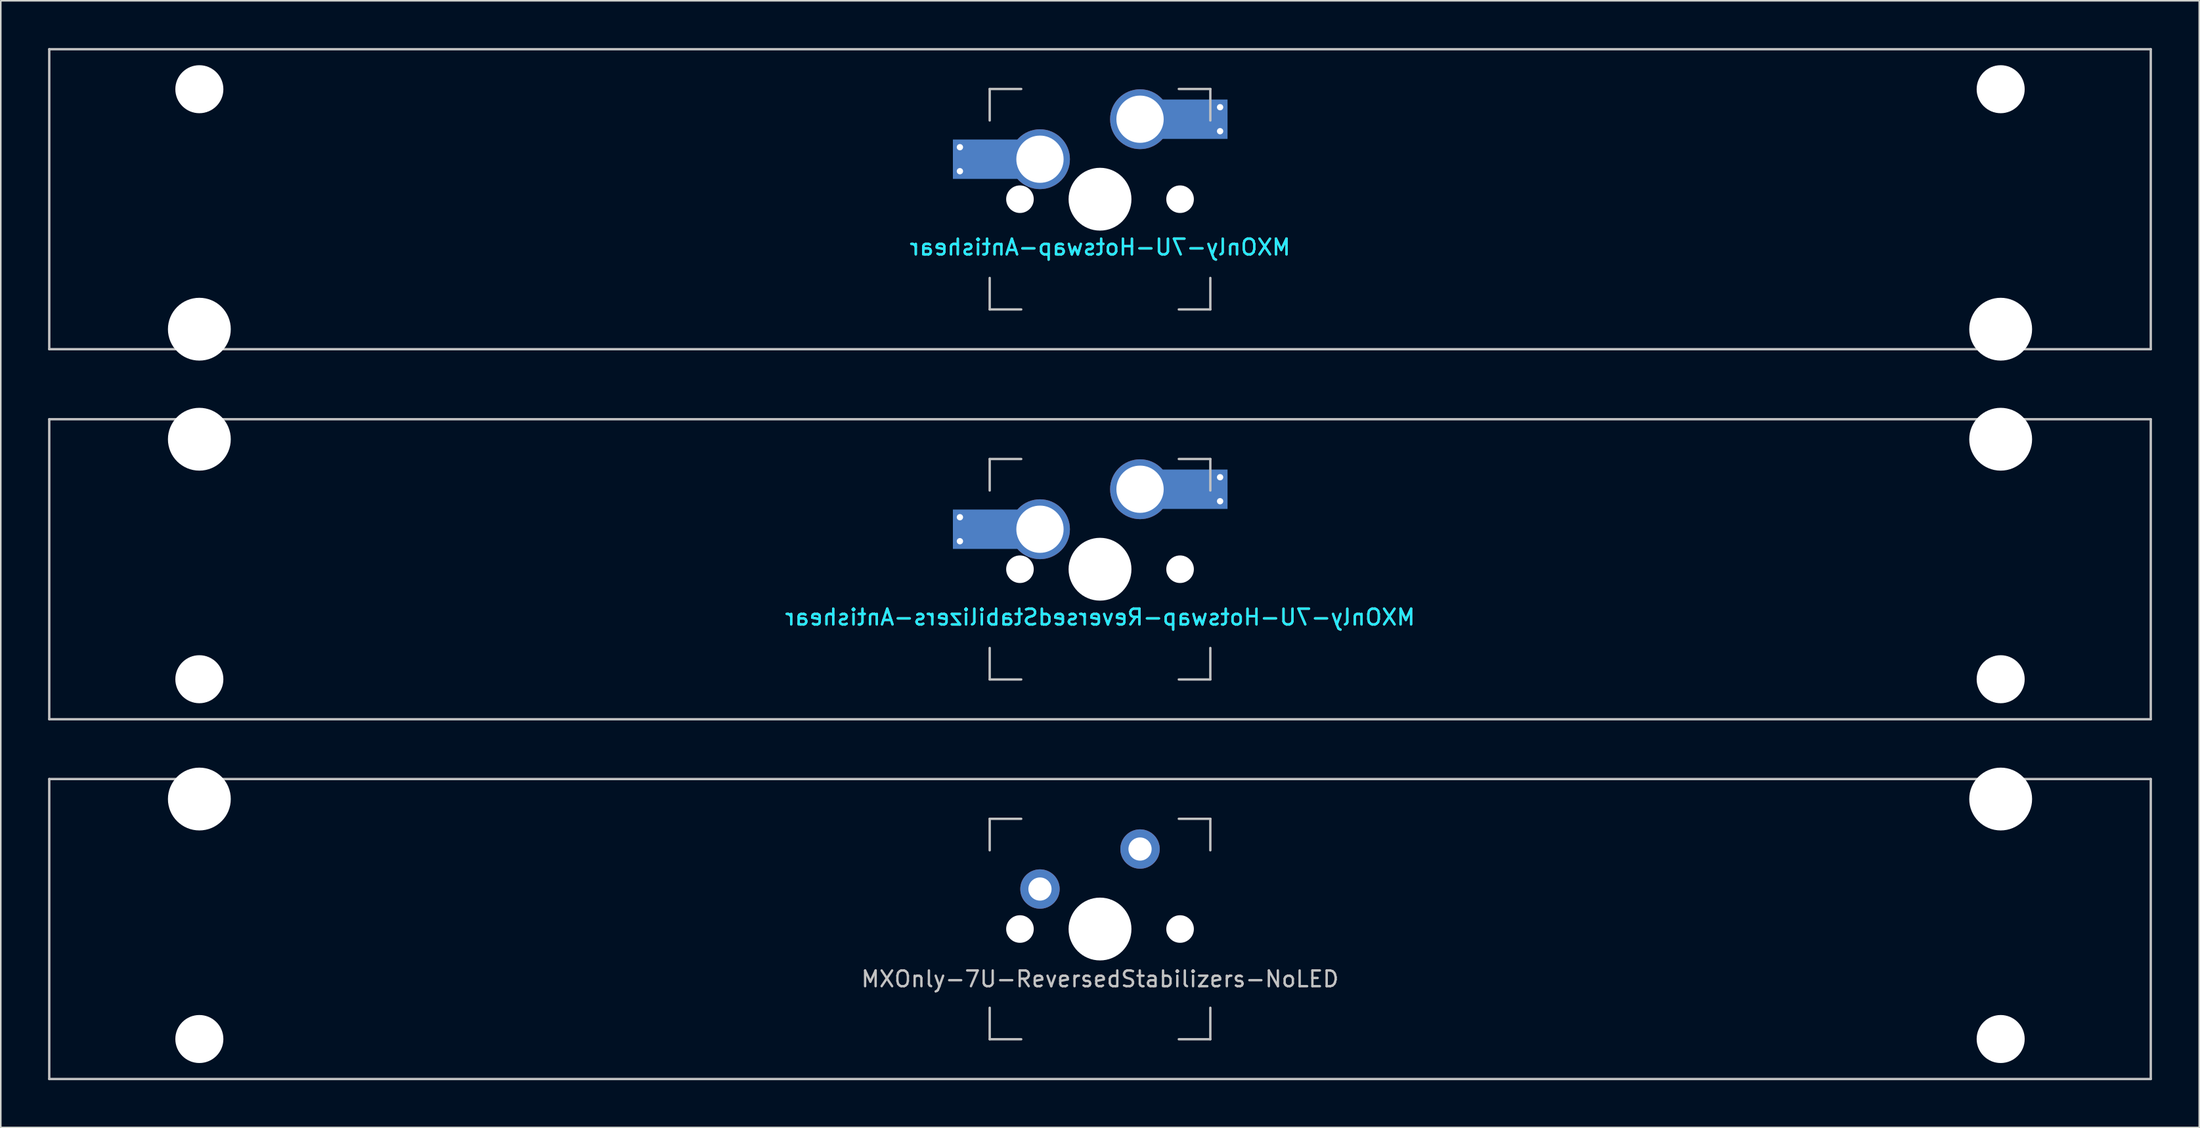
<source format=kicad_pcb>
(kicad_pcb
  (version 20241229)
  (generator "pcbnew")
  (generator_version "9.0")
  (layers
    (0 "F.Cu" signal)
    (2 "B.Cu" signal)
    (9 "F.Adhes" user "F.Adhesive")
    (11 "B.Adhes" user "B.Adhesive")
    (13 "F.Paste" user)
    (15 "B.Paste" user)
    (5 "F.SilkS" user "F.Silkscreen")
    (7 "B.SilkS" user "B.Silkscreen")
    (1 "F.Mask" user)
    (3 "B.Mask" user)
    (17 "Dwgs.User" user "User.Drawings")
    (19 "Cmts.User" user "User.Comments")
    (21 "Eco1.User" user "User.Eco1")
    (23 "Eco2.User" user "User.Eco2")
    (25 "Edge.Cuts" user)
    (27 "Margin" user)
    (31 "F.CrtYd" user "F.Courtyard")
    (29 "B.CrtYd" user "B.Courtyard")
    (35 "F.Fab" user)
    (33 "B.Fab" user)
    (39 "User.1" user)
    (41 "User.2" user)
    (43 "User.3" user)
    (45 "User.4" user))
  (footprint "MXOnly-7U-Hotswap-Antishear"
    (layer "F.Cu")
    (at 66.75 9.6)
    (property "Reference" "MXOnly-7U-Hotswap-Antishear" (at 0 3.048 0) (layer "B.CrtYd") (effects (font (size 1 1) (thickness 0.15)) (justify mirror)))
    (attr smd)
    (fp_line (start -66.675 -9.525) (end 66.675 -9.525) (stroke (width 0.15) (type solid)) (layer "Dwgs.User"))
    (fp_line (start -66.675 9.525) (end -66.675 -9.525) (stroke (width 0.15) (type solid)) (layer "Dwgs.User"))
    (fp_line (start -7 -7) (end -7 -5) (stroke (width 0.15) (type solid)) (layer "Dwgs.User"))
    (fp_line (start -7 5) (end -7 7) (stroke (width 0.15) (type solid)) (layer "Dwgs.User"))
    (fp_line (start -7 7) (end -5 7) (stroke (width 0.15) (type solid)) (layer "Dwgs.User"))
    (fp_line (start -5 -7) (end -7 -7) (stroke (width 0.15) (type solid)) (layer "Dwgs.User"))
    (fp_line (start 5 -7) (end 7 -7) (stroke (width 0.15) (type solid)) (layer "Dwgs.User"))
    (fp_line (start 5 7) (end 7 7) (stroke (width 0.15) (type solid)) (layer "Dwgs.User"))
    (fp_line (start 7 -7) (end 7 -5) (stroke (width 0.15) (type solid)) (layer "Dwgs.User"))
    (fp_line (start 7 7) (end 7 5) (stroke (width 0.15) (type solid)) (layer "Dwgs.User"))
    (fp_line (start 66.675 -9.525) (end 66.675 9.525) (stroke (width 0.15) (type solid)) (layer "Dwgs.User"))
    (fp_line (start 66.675 9.525) (end -66.675 9.525) (stroke (width 0.15) (type solid)) (layer "Dwgs.User"))
    (fp_text user "${REFERENCE}" (at 0 3.048 0) (layer "B.SilkS") (effects (font (size 1 1) (thickness 0.15)) (justify mirror)))
    (pad "" np_thru_hole circle (at -57.15 -6.985) (size 3.048 3.048) (drill 3.048) (layers "*.Cu" "*.Mask"))
    (pad "" np_thru_hole circle (at -57.15 8.255) (size 3.988 3.988) (drill 3.988) (layers "*.Cu" "*.Mask"))
    (pad "" smd rect (at -7.085 -2.54) (size 2.55 2.5) (layers "B.Mask" "B.Paste"))
    (pad "" np_thru_hole circle (at -5.08 0 48.1) (size 1.75 1.75) (drill 1.75) (layers "*.Cu" "*.Mask"))
    (pad "" np_thru_hole circle (at 0 0) (size 3.988 3.988) (drill 3.988) (layers "*.Cu" "*.Mask"))
    (pad "" np_thru_hole circle (at 5.08 0 48.1) (size 1.75 1.75) (drill 1.75) (layers "*.Cu" "*.Mask"))
    (pad "" smd rect (at 5.815 -5.08) (size 2.55 2.5) (layers "B.Mask" "B.Paste"))
    (pad "" np_thru_hole circle (at 57.15 -6.985) (size 3.048 3.048) (drill 3.048) (layers "*.Cu" "*.Mask"))
    (pad "" np_thru_hole circle (at 57.15 8.255) (size 3.988 3.988) (drill 3.988) (layers "*.Cu" "*.Mask"))
    (pad "1" thru_hole circle (at -8.89 -3.302) (size 0.8 0.8) (drill 0.4) (layers "*.Cu"))
    (pad "1" thru_hole circle (at -8.89 -1.778) (size 0.8 0.8) (drill 0.4) (layers "*.Cu"))
    (pad "1" smd rect (at -7.085 -2.54) (size 4.5 2.5) (layers "B.Cu"))
    (pad "1" thru_hole circle (at -3.81 -2.54) (size 3.8 3.8) (drill 3) (layers "*.Cu"))
    (pad "2" thru_hole circle (at 2.54 -5.08) (size 3.8 3.8) (drill 3) (layers "*.Cu"))
    (pad "2" smd rect (at 5.842 -5.08) (size 4.5 2.5) (layers "B.Cu"))
    (pad "2" thru_hole circle (at 7.62 -5.842) (size 0.8 0.8) (drill 0.4) (layers "*.Cu"))
    (pad "2" thru_hole circle (at 7.62 -4.318) (size 0.8 0.8) (drill 0.4) (layers "*.Cu")))
  (footprint "MXOnly-7U-Hotswap-ReversedStabilizers-Antishear"
    (layer "F.Cu")
    (at 66.75 33.098)
    (property "Reference" "MXOnly-7U-Hotswap-ReversedStabilizers-Antishear" (at 0 3.048 0) (layer "B.CrtYd") (effects (font (size 1 1) (thickness 0.15)) (justify mirror)))
    (attr smd)
    (fp_line (start -66.675 -9.525) (end 66.675 -9.525) (stroke (width 0.15) (type solid)) (layer "Dwgs.User"))
    (fp_line (start -66.675 9.525) (end -66.675 -9.525) (stroke (width 0.15) (type solid)) (layer "Dwgs.User"))
    (fp_line (start -7 -7) (end -7 -5) (stroke (width 0.15) (type solid)) (layer "Dwgs.User"))
    (fp_line (start -7 5) (end -7 7) (stroke (width 0.15) (type solid)) (layer "Dwgs.User"))
    (fp_line (start -7 7) (end -5 7) (stroke (width 0.15) (type solid)) (layer "Dwgs.User"))
    (fp_line (start -5 -7) (end -7 -7) (stroke (width 0.15) (type solid)) (layer "Dwgs.User"))
    (fp_line (start 5 -7) (end 7 -7) (stroke (width 0.15) (type solid)) (layer "Dwgs.User"))
    (fp_line (start 5 7) (end 7 7) (stroke (width 0.15) (type solid)) (layer "Dwgs.User"))
    (fp_line (start 7 -7) (end 7 -5) (stroke (width 0.15) (type solid)) (layer "Dwgs.User"))
    (fp_line (start 7 7) (end 7 5) (stroke (width 0.15) (type solid)) (layer "Dwgs.User"))
    (fp_line (start 66.675 -9.525) (end 66.675 9.525) (stroke (width 0.15) (type solid)) (layer "Dwgs.User"))
    (fp_line (start 66.675 9.525) (end -66.675 9.525) (stroke (width 0.15) (type solid)) (layer "Dwgs.User"))
    (fp_text user "${REFERENCE}" (at 0 3.048 0) (layer "B.SilkS") (effects (font (size 1 1) (thickness 0.15)) (justify mirror)))
    (pad "" np_thru_hole circle (at -57.15 -8.255) (size 3.988 3.988) (drill 3.988) (layers "*.Cu" "*.Mask"))
    (pad "" np_thru_hole circle (at -57.15 6.985) (size 3.048 3.048) (drill 3.048) (layers "*.Cu" "*.Mask"))
    (pad "" smd rect (at -7.085 -2.54) (size 2.55 2.5) (layers "B.Mask" "B.Paste"))
    (pad "" np_thru_hole circle (at -5.08 0 48.1) (size 1.75 1.75) (drill 1.75) (layers "*.Cu" "*.Mask"))
    (pad "" np_thru_hole circle (at 0 0) (size 3.988 3.988) (drill 3.988) (layers "*.Cu" "*.Mask"))
    (pad "" np_thru_hole circle (at 5.08 0 48.1) (size 1.75 1.75) (drill 1.75) (layers "*.Cu" "*.Mask"))
    (pad "" smd rect (at 5.815 -5.08) (size 2.55 2.5) (layers "B.Mask" "B.Paste"))
    (pad "" np_thru_hole circle (at 57.15 -8.255) (size 3.988 3.988) (drill 3.988) (layers "*.Cu" "*.Mask"))
    (pad "" np_thru_hole circle (at 57.15 6.985) (size 3.048 3.048) (drill 3.048) (layers "*.Cu" "*.Mask"))
    (pad "1" thru_hole circle (at -8.89 -3.302) (size 0.8 0.8) (drill 0.4) (layers "*.Cu"))
    (pad "1" thru_hole circle (at -8.89 -1.778) (size 0.8 0.8) (drill 0.4) (layers "*.Cu"))
    (pad "1" smd rect (at -7.085 -2.54) (size 4.5 2.5) (layers "B.Cu"))
    (pad "1" thru_hole circle (at -3.81 -2.54) (size 3.8 3.8) (drill 3) (layers "*.Cu"))
    (pad "2" thru_hole circle (at 2.54 -5.08) (size 3.8 3.8) (drill 3) (layers "*.Cu"))
    (pad "2" smd rect (at 5.842 -5.08) (size 4.5 2.5) (layers "B.Cu"))
    (pad "2" thru_hole circle (at 7.62 -5.842) (size 0.8 0.8) (drill 0.4) (layers "*.Cu"))
    (pad "2" thru_hole circle (at 7.62 -4.318) (size 0.8 0.8) (drill 0.4) (layers "*.Cu")))
  (footprint "MXOnly-7U-ReversedStabilizers-NoLED"
    (layer "F.Cu")
    (at 66.75 55.947)
    (property "Reference" "MXOnly-7U-ReversedStabilizers-NoLED" (at 0 3.175 0) (layer "Dwgs.User") (effects (font (size 1 1) (thickness 0.15))))
    (attr through_hole)
    (fp_line (start -66.675 -9.525) (end 66.675 -9.525) (stroke (width 0.15) (type solid)) (layer "Dwgs.User"))
    (fp_line (start -66.675 9.525) (end -66.675 -9.525) (stroke (width 0.15) (type solid)) (layer "Dwgs.User"))
    (fp_line (start -66.675 9.525) (end 66.675 9.525) (stroke (width 0.15) (type solid)) (layer "Dwgs.User"))
    (fp_line (start -7 -7) (end -7 -5) (stroke (width 0.15) (type solid)) (layer "Dwgs.User"))
    (fp_line (start -7 5) (end -7 7) (stroke (width 0.15) (type solid)) (layer "Dwgs.User"))
    (fp_line (start -7 7) (end -5 7) (stroke (width 0.15) (type solid)) (layer "Dwgs.User"))
    (fp_line (start -5 -7) (end -7 -7) (stroke (width 0.15) (type solid)) (layer "Dwgs.User"))
    (fp_line (start 5 -7) (end 7 -7) (stroke (width 0.15) (type solid)) (layer "Dwgs.User"))
    (fp_line (start 5 7) (end 7 7) (stroke (width 0.15) (type solid)) (layer "Dwgs.User"))
    (fp_line (start 7 -7) (end 7 -5) (stroke (width 0.15) (type solid)) (layer "Dwgs.User"))
    (fp_line (start 7 7) (end 7 5) (stroke (width 0.15) (type solid)) (layer "Dwgs.User"))
    (fp_line (start 66.675 -9.525) (end 66.675 9.525) (stroke (width 0.15) (type solid)) (layer "Dwgs.User"))
    (pad "" np_thru_hole circle (at -57.15 -8.255) (size 3.988 3.988) (drill 3.988) (layers "*.Cu" "*.Mask"))
    (pad "" np_thru_hole circle (at -57.15 6.985) (size 3.048 3.048) (drill 3.048) (layers "*.Cu" "*.Mask"))
    (pad "" np_thru_hole circle (at -5.08 0 48.1) (size 1.75 1.75) (drill 1.75) (layers "*.Cu" "*.Mask"))
    (pad "" np_thru_hole circle (at 0 0) (size 3.988 3.988) (drill 3.988) (layers "*.Cu" "*.Mask"))
    (pad "" np_thru_hole circle (at 5.08 0 48.1) (size 1.75 1.75) (drill 1.75) (layers "*.Cu" "*.Mask"))
    (pad "" np_thru_hole circle (at 57.15 -8.255) (size 3.988 3.988) (drill 3.988) (layers "*.Cu" "*.Mask"))
    (pad "" np_thru_hole circle (at 57.15 6.985) (size 3.048 3.048) (drill 3.048) (layers "*.Cu" "*.Mask"))
    (pad "1" thru_hole circle (at -3.81 -2.54) (size 2.5 2.5) (drill 1.47) (layers "*.Cu" "*.Mask"))
    (pad "2" thru_hole circle (at 2.54 -5.08) (size 2.5 2.5) (drill 1.47) (layers "*.Cu" "*.Mask")))
  (gr_rect
    (start -3 -3)
    (end 136.5 68.547)
    (stroke (width 0.1) (type default))
    (fill no)
    (layer "Edge.Cuts")))
</source>
